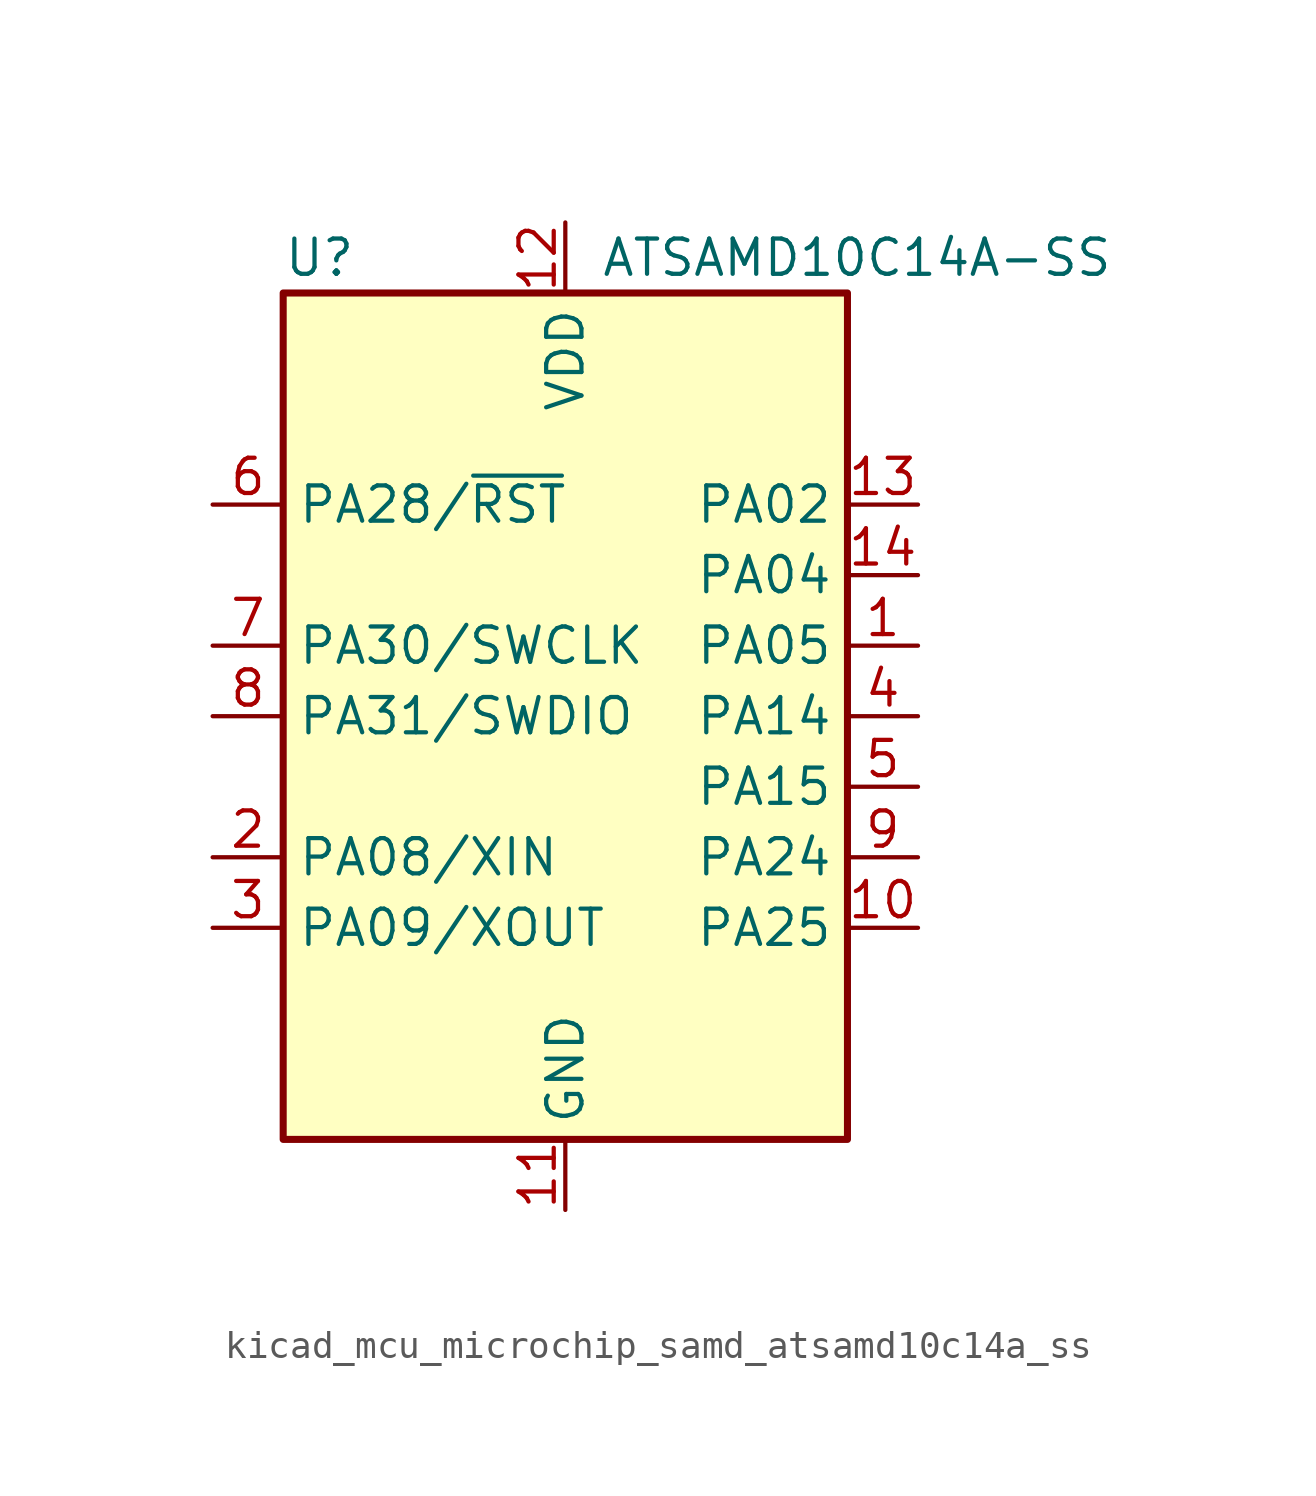
<source format=kicad_sym>
(kicad_symbol_lib
  (version 20220914)
  (generator kicad_symbol_editor)
  (symbol "kicad_mcu_microchip_samd_atsamd10c14a_ss"
    (property "Reference" "U"
      (at -10.16 16.51 0)
      (effects (font (size 1.27 1.27)) (justify left)))
    (property "Value" "ATSAMD10C14A-SS"
      (at 1.27 16.51 0)
      (effects (font (size 1.27 1.27)) (justify left)))
    (symbol "kicad_mcu_microchip_samd_atsamd10c14a_ss_0_1"
      (rectangle (start -10.16 15.24) (end 10.16 -15.24) (stroke (width 0.254) (type default)) (fill (type background))))
    (symbol "kicad_mcu_microchip_samd_atsamd10c14a_ss_1_1"
      (pin bidirectional line (at 12.7 2.54 180) (length 2.54) (name "PA05" (effects (font (size 1.27 1.27)))) (number "1" (effects (font (size 1.27 1.27)))))
      (pin bidirectional line (at 12.7 -7.62 180) (length 2.54) (name "PA25" (effects (font (size 1.27 1.27)))) (number "10" (effects (font (size 1.27 1.27)))))
      (pin power_in line (at 0 -17.78 90) (length 2.54) (name "GND" (effects (font (size 1.27 1.27)))) (number "11" (effects (font (size 1.27 1.27)))))
      (pin power_in line (at 0 17.78 270) (length 2.54) (name "VDD" (effects (font (size 1.27 1.27)))) (number "12" (effects (font (size 1.27 1.27)))))
      (pin bidirectional line (at 12.7 7.62 180) (length 2.54) (name "PA02" (effects (font (size 1.27 1.27)))) (number "13" (effects (font (size 1.27 1.27)))))
      (pin bidirectional line (at 12.7 5.08 180) (length 2.54) (name "PA04" (effects (font (size 1.27 1.27)))) (number "14" (effects (font (size 1.27 1.27)))))
      (pin bidirectional line (at -12.7 -5.08 0) (length 2.54) (name "PA08/XIN" (effects (font (size 1.27 1.27)))) (number "2" (effects (font (size 1.27 1.27)))))
      (pin bidirectional line (at -12.7 -7.62 0) (length 2.54) (name "PA09/XOUT" (effects (font (size 1.27 1.27)))) (number "3" (effects (font (size 1.27 1.27)))))
      (pin bidirectional line (at 12.7 0 180) (length 2.54) (name "PA14" (effects (font (size 1.27 1.27)))) (number "4" (effects (font (size 1.27 1.27)))))
      (pin bidirectional line (at 12.7 -2.54 180) (length 2.54) (name "PA15" (effects (font (size 1.27 1.27)))) (number "5" (effects (font (size 1.27 1.27)))))
      (pin bidirectional line (at -12.7 7.62 0) (length 2.54) (name "PA28/~{RST}" (effects (font (size 1.27 1.27)))) (number "6" (effects (font (size 1.27 1.27)))))
      (pin bidirectional line (at -12.7 2.54 0) (length 2.54) (name "PA30/SWCLK" (effects (font (size 1.27 1.27)))) (number "7" (effects (font (size 1.27 1.27)))))
      (pin bidirectional line (at -12.7 0 0) (length 2.54) (name "PA31/SWDIO" (effects (font (size 1.27 1.27)))) (number "8" (effects (font (size 1.27 1.27)))))
      (pin bidirectional line (at 12.7 -5.08 180) (length 2.54) (name "PA24" (effects (font (size 1.27 1.27)))) (number "9" (effects (font (size 1.27 1.27))))))))
</source>
